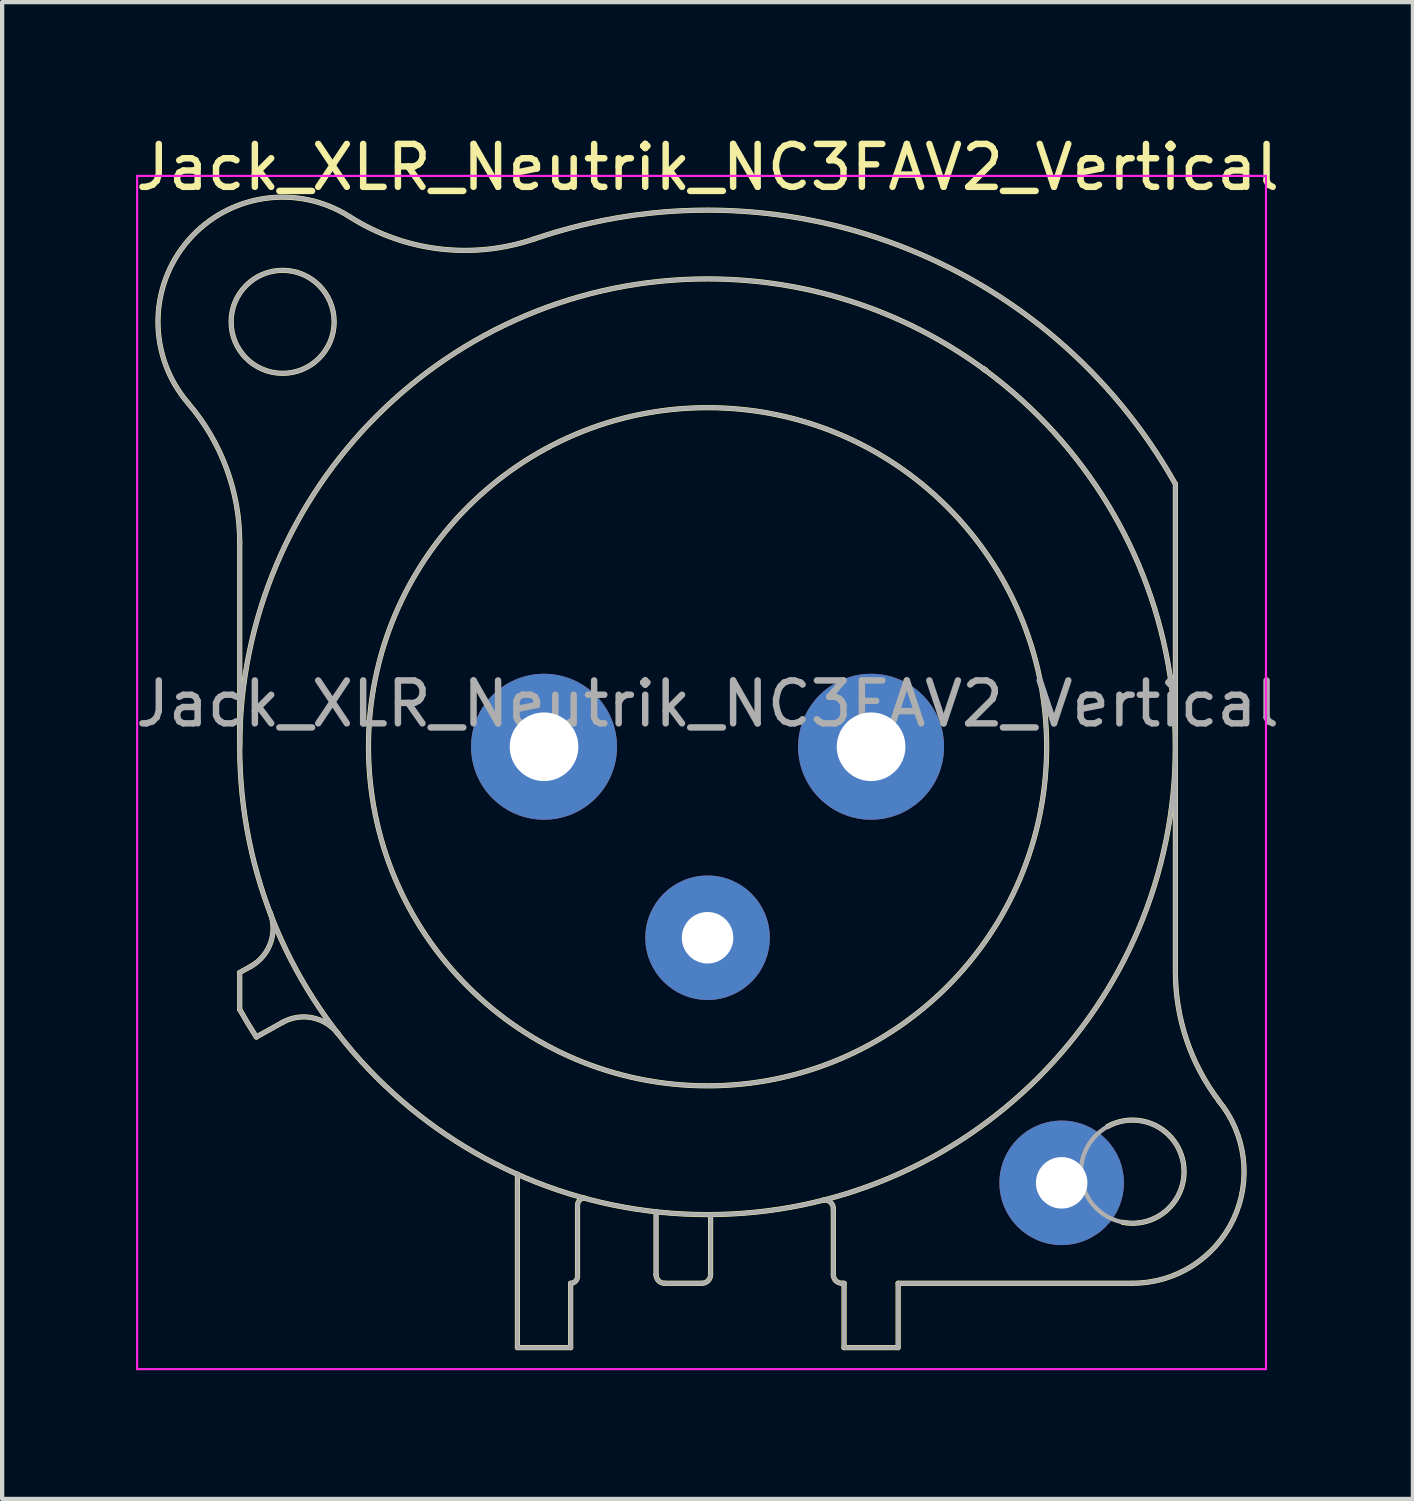
<source format=kicad_pcb>
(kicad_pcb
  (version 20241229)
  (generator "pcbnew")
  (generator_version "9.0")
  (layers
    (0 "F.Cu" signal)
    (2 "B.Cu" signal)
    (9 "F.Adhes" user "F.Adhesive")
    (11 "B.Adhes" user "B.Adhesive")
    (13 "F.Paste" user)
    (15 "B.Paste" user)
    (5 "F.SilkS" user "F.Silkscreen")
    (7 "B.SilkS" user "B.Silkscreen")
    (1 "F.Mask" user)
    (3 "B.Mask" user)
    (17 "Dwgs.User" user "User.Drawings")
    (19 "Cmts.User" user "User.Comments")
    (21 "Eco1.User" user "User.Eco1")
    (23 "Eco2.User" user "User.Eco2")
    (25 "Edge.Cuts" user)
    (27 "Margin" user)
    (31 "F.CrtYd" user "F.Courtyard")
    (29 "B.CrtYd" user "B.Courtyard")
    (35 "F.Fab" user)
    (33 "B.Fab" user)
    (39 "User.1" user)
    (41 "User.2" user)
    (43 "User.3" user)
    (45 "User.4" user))
  (footprint "Jack_XLR_Neutrik_NC3FAV2_Vertical"
    (layer "F.Cu")
    (at 17.245 14.348)
    (property "Reference" "Jack_XLR_Neutrik_NC3FAV2_Vertical" (at -3.81 -13.5 0) (layer "F.SilkS") (effects (font (size 1 1) (thickness 0.15))))
    (attr through_hole)
    (fp_line (start -14.71 0) (end -14.71 -4.76) (stroke (width 0.12) (type solid)) (layer "F.SilkS"))
    (fp_line (start -14.71 5.26) (end -14.71 6.12) (stroke (width 0.12) (type solid)) (layer "F.SilkS"))
    (fp_line (start -14.44 5.11) (end -14.71 5.26) (stroke (width 0.12) (type solid)) (layer "F.SilkS"))
    (fp_line (start -14.32 6.76) (end -13.71 6.42) (stroke (width 0.12) (type solid)) (layer "F.SilkS"))
    (fp_line (start -8.24 9.96) (end -8.24 14) (stroke (width 0.12) (type solid)) (layer "F.SilkS"))
    (fp_line (start -7 12.5) (end -7 14) (stroke (width 0.12) (type solid)) (layer "F.SilkS"))
    (fp_line (start -7 14) (end -8.24 14) (stroke (width 0.12) (type solid)) (layer "F.SilkS"))
    (fp_line (start -6.84 12.34) (end -6.84 10.69) (stroke (width 0.12) (type solid)) (layer "F.SilkS"))
    (fp_line (start -5.01 10.83) (end -5.01 12.3) (stroke (width 0.12) (type solid)) (layer "F.SilkS"))
    (fp_line (start -3.94 12.5) (end -4.81 12.5) (stroke (width 0.12) (type solid)) (layer "F.SilkS"))
    (fp_line (start -3.74 10.9) (end -3.74 12.3) (stroke (width 0.12) (type solid)) (layer "F.SilkS"))
    (fp_line (start -0.88 12.3) (end -0.88 10.76) (stroke (width 0.12) (type solid)) (layer "F.SilkS"))
    (fp_line (start -0.63 12.5) (end -0.68 12.5) (stroke (width 0.12) (type solid)) (layer "F.SilkS"))
    (fp_line (start -0.63 12.5) (end -0.63 14) (stroke (width 0.12) (type solid)) (layer "F.SilkS"))
    (fp_line (start 0.62 14) (end -0.63 14) (stroke (width 0.12) (type solid)) (layer "F.SilkS"))
    (fp_line (start 0.63 12.5) (end 6.09 12.5) (stroke (width 0.12) (type solid)) (layer "F.SilkS"))
    (fp_line (start 0.63 14) (end 0.63 12.5) (stroke (width 0.12) (type solid)) (layer "F.SilkS"))
    (fp_line (start 7.09 5.24) (end 7.09 -6.12) (stroke (width 0.12) (type solid)) (layer "F.SilkS"))
    (fp_arc (start -15.908829 -8.000856) (mid -15.019313 -6.48774) (end -14.71 -4.76) (stroke (width 0.12) (type solid)) (layer "F.SilkS"))
    (fp_arc (start -15.908236 -8.001617) (mid -15.907486 -11.799251) (end -12.15 -12.35) (stroke (width 0.12) (type solid)) (layer "F.SilkS"))
    (fp_arc (start -14.32314 6.763008) (mid -14.521396 6.444407) (end -14.71 6.12) (stroke (width 0.12) (type solid)) (layer "F.SilkS"))
    (fp_arc (start -14.004283 3.855674) (mid -13.989213 4.56375) (end -14.44 5.11) (stroke (width 0.12) (type solid)) (layer "F.SilkS"))
    (fp_arc (start -13.71 6.42) (mid -13.01025 6.315915) (end -12.412202 6.693832) (stroke (width 0.12) (type solid)) (layer "F.SilkS"))
    (fp_arc (start -7.848035 -11.831177) (mid -10.058192 -11.599923) (end -12.15 -12.35) (stroke (width 0.12) (type solid)) (layer "F.SilkS"))
    (fp_arc (start -7.841153 -11.83276) (mid 0.657009 -11.675197) (end 7.09 -6.12) (stroke (width 0.12) (type solid)) (layer "F.SilkS"))
    (fp_arc (start -6.84 10.69) (mid -6.803713 10.578321) (end -6.708713 10.509299) (stroke (width 0.12) (type solid)) (layer "F.SilkS"))
    (fp_arc (start -6.84 12.34) (mid -6.886863 12.453137) (end -7 12.5) (stroke (width 0.12) (type solid)) (layer "F.SilkS"))
    (fp_arc (start -4.81 12.5) (mid -4.951421 12.441421) (end -5.01 12.3) (stroke (width 0.12) (type solid)) (layer "F.SilkS"))
    (fp_arc (start -3.74 12.3) (mid -3.798579 12.441421) (end -3.94 12.5) (stroke (width 0.12) (type solid)) (layer "F.SilkS"))
    (fp_arc (start -1.1294 10.566197) (mid -0.957281 10.602076) (end -0.88 10.76) (stroke (width 0.12) (type solid)) (layer "F.SilkS"))
    (fp_arc (start -0.68 12.5) (mid -0.821421 12.441421) (end -0.88 12.3) (stroke (width 0.12) (type solid)) (layer "F.SilkS"))
    (fp_arc (start 2.636924 -8.782671) (mid 2.628394 -8.791269) (end 2.62 -8.8) (stroke (width 0.12) (type solid)) (layer "F.SilkS"))
    (fp_arc (start 2.680052 -8.767734) (mid 2.65973 -8.7835) (end 2.64 -8.8) (stroke (width 0.12) (type solid)) (layer "F.SilkS"))
    (fp_arc (start 5.507701 8.848226) (mid 7.277502 9.712546) (end 5.86 11.08) (stroke (width 0.12) (type solid)) (layer "F.SilkS"))
    (fp_arc (start 8.095865 8.245761) (mid 8.441704 11.008824) (end 6.09 12.5) (stroke (width 0.12) (type solid)) (layer "F.SilkS"))
    (fp_arc (start 8.098032 8.243976) (mid 7.348729 6.824298) (end 7.09 5.24) (stroke (width 0.12) (type solid)) (layer "F.SilkS"))
    (fp_circle (center -13.71 -9.9) (end -12.51 -9.9) (stroke (width 0.12) (type solid)) (fill no) (layer "F.SilkS"))
    (fp_circle (center -3.81 0) (end 4.09 0) (stroke (width 0.12) (type solid)) (fill no) (layer "F.SilkS"))
    (fp_circle (center -3.81 0) (end 7.09 0) (stroke (width 0.12) (type solid)) (fill no) (layer "F.SilkS"))
    (fp_line (start -17.1 -13.3) (end 9.2 -13.3) (stroke (width 0.05) (type solid)) (layer "F.CrtYd"))
    (fp_line (start -17.1 14.5) (end -17.1 -13.3) (stroke (width 0.05) (type solid)) (layer "F.CrtYd"))
    (fp_line (start 9.2 -13.3) (end 9.2 14.5) (stroke (width 0.05) (type solid)) (layer "F.CrtYd"))
    (fp_line (start 9.2 14.5) (end -17.1 14.5) (stroke (width 0.05) (type solid)) (layer "F.CrtYd"))
    (fp_line (start -14.71 0) (end -14.71 -4.76) (stroke (width 0.1) (type solid)) (layer "F.Fab"))
    (fp_line (start -14.71 5.26) (end -14.71 6.12) (stroke (width 0.1) (type solid)) (layer "F.Fab"))
    (fp_line (start -14.44 5.11) (end -14.71 5.26) (stroke (width 0.1) (type solid)) (layer "F.Fab"))
    (fp_line (start -14.32 6.76) (end -13.71 6.42) (stroke (width 0.1) (type solid)) (layer "F.Fab"))
    (fp_line (start -8.24 9.96) (end -8.24 14) (stroke (width 0.1) (type solid)) (layer "F.Fab"))
    (fp_line (start -7 12.5) (end -7 14) (stroke (width 0.1) (type solid)) (layer "F.Fab"))
    (fp_line (start -7 14) (end -8.24 14) (stroke (width 0.1) (type solid)) (layer "F.Fab"))
    (fp_line (start -6.84 12.34) (end -6.84 10.69) (stroke (width 0.1) (type solid)) (layer "F.Fab"))
    (fp_line (start -5.01 10.83) (end -5.01 12.3) (stroke (width 0.1) (type solid)) (layer "F.Fab"))
    (fp_line (start -3.94 12.5) (end -4.81 12.5) (stroke (width 0.1) (type solid)) (layer "F.Fab"))
    (fp_line (start -3.74 10.9) (end -3.74 12.3) (stroke (width 0.1) (type solid)) (layer "F.Fab"))
    (fp_line (start -0.88 12.3) (end -0.88 10.76) (stroke (width 0.1) (type solid)) (layer "F.Fab"))
    (fp_line (start -0.63 12.5) (end -0.68 12.5) (stroke (width 0.1) (type solid)) (layer "F.Fab"))
    (fp_line (start -0.63 12.5) (end -0.63 14) (stroke (width 0.1) (type solid)) (layer "F.Fab"))
    (fp_line (start 0.62 14) (end -0.63 14) (stroke (width 0.1) (type solid)) (layer "F.Fab"))
    (fp_line (start 0.63 12.5) (end 6.09 12.5) (stroke (width 0.1) (type solid)) (layer "F.Fab"))
    (fp_line (start 0.63 14) (end 0.63 12.5) (stroke (width 0.1) (type solid)) (layer "F.Fab"))
    (fp_line (start 7.09 5.24) (end 7.09 -6.12) (stroke (width 0.1) (type solid)) (layer "F.Fab"))
    (fp_arc (start -15.908829 -8.000856) (mid -15.019313 -6.48774) (end -14.71 -4.76) (stroke (width 0.1) (type solid)) (layer "F.Fab"))
    (fp_arc (start -15.908236 -8.001617) (mid -15.907486 -11.799251) (end -12.15 -12.35) (stroke (width 0.1) (type solid)) (layer "F.Fab"))
    (fp_arc (start -14.32314 6.763008) (mid -14.521396 6.444407) (end -14.71 6.12) (stroke (width 0.1) (type solid)) (layer "F.Fab"))
    (fp_arc (start -14.004283 3.855674) (mid -13.989213 4.56375) (end -14.44 5.11) (stroke (width 0.1) (type solid)) (layer "F.Fab"))
    (fp_arc (start -13.71 6.42) (mid -13.01025 6.315915) (end -12.412202 6.693832) (stroke (width 0.1) (type solid)) (layer "F.Fab"))
    (fp_arc (start -7.848035 -11.831177) (mid -10.058192 -11.599923) (end -12.15 -12.35) (stroke (width 0.1) (type solid)) (layer "F.Fab"))
    (fp_arc (start -7.841153 -11.83276) (mid 0.657009 -11.675197) (end 7.09 -6.12) (stroke (width 0.1) (type solid)) (layer "F.Fab"))
    (fp_arc (start -6.84 10.69) (mid -6.803713 10.578321) (end -6.708713 10.509299) (stroke (width 0.1) (type solid)) (layer "F.Fab"))
    (fp_arc (start -6.84 12.34) (mid -6.886863 12.453137) (end -7 12.5) (stroke (width 0.1) (type solid)) (layer "F.Fab"))
    (fp_arc (start -4.81 12.5) (mid -4.951421 12.441421) (end -5.01 12.3) (stroke (width 0.1) (type solid)) (layer "F.Fab"))
    (fp_arc (start -3.74 12.3) (mid -3.798579 12.441421) (end -3.94 12.5) (stroke (width 0.1) (type solid)) (layer "F.Fab"))
    (fp_arc (start -1.1294 10.566197) (mid -0.957281 10.602076) (end -0.88 10.76) (stroke (width 0.1) (type solid)) (layer "F.Fab"))
    (fp_arc (start -0.68 12.5) (mid -0.821421 12.441421) (end -0.88 12.3) (stroke (width 0.1) (type solid)) (layer "F.Fab"))
    (fp_arc (start 2.636924 -8.782671) (mid 2.628394 -8.791269) (end 2.62 -8.8) (stroke (width 0.1) (type solid)) (layer "F.Fab"))
    (fp_arc (start 2.680052 -8.767734) (mid 2.65973 -8.7835) (end 2.64 -8.8) (stroke (width 0.1) (type solid)) (layer "F.Fab"))
    (fp_arc (start 8.095865 8.245761) (mid 8.441704 11.008824) (end 6.09 12.5) (stroke (width 0.1) (type solid)) (layer "F.Fab"))
    (fp_arc (start 8.098032 8.243976) (mid 7.348729 6.824298) (end 7.09 5.24) (stroke (width 0.1) (type solid)) (layer "F.Fab"))
    (fp_circle (center -13.71 -9.9) (end -12.51 -9.9) (stroke (width 0.1) (type solid)) (fill no) (layer "F.Fab"))
    (fp_circle (center -3.81 0) (end 4.09 0) (stroke (width 0.1) (type solid)) (fill no) (layer "F.Fab"))
    (fp_circle (center -3.81 0) (end 7.09 0) (stroke (width 0.1) (type solid)) (fill no) (layer "F.Fab"))
    (fp_circle (center 6.09 9.9) (end 7.29 9.9) (stroke (width 0.1) (type solid)) (fill no) (layer "F.Fab"))
    (fp_text user "${REFERENCE}" (at -3.81 -1 0) (layer "F.Fab") (effects (font (size 1 1) (thickness 0.15))))
    (pad "1" thru_hole circle (at 0 0) (size 3.4 3.4) (drill 1.6) (layers "*.Cu" "*.Mask"))
    (pad "2" thru_hole circle (at -7.62 0) (size 3.4 3.4) (drill 1.6) (layers "*.Cu" "*.Mask"))
    (pad "3" thru_hole circle (at -3.81 4.45) (size 2.9 2.9) (drill 1.2) (layers "*.Cu" "*.Mask"))
    (pad "G" thru_hole circle (at 4.44 10.16) (size 2.9 2.9) (drill 1.2) (layers "*.Cu" "*.Mask")))
  (gr_rect
    (start -3 -3)
    (end 29.869 31.873)
    (stroke (width 0.1) (type default))
    (fill no)
    (layer "Edge.Cuts")))
</source>
